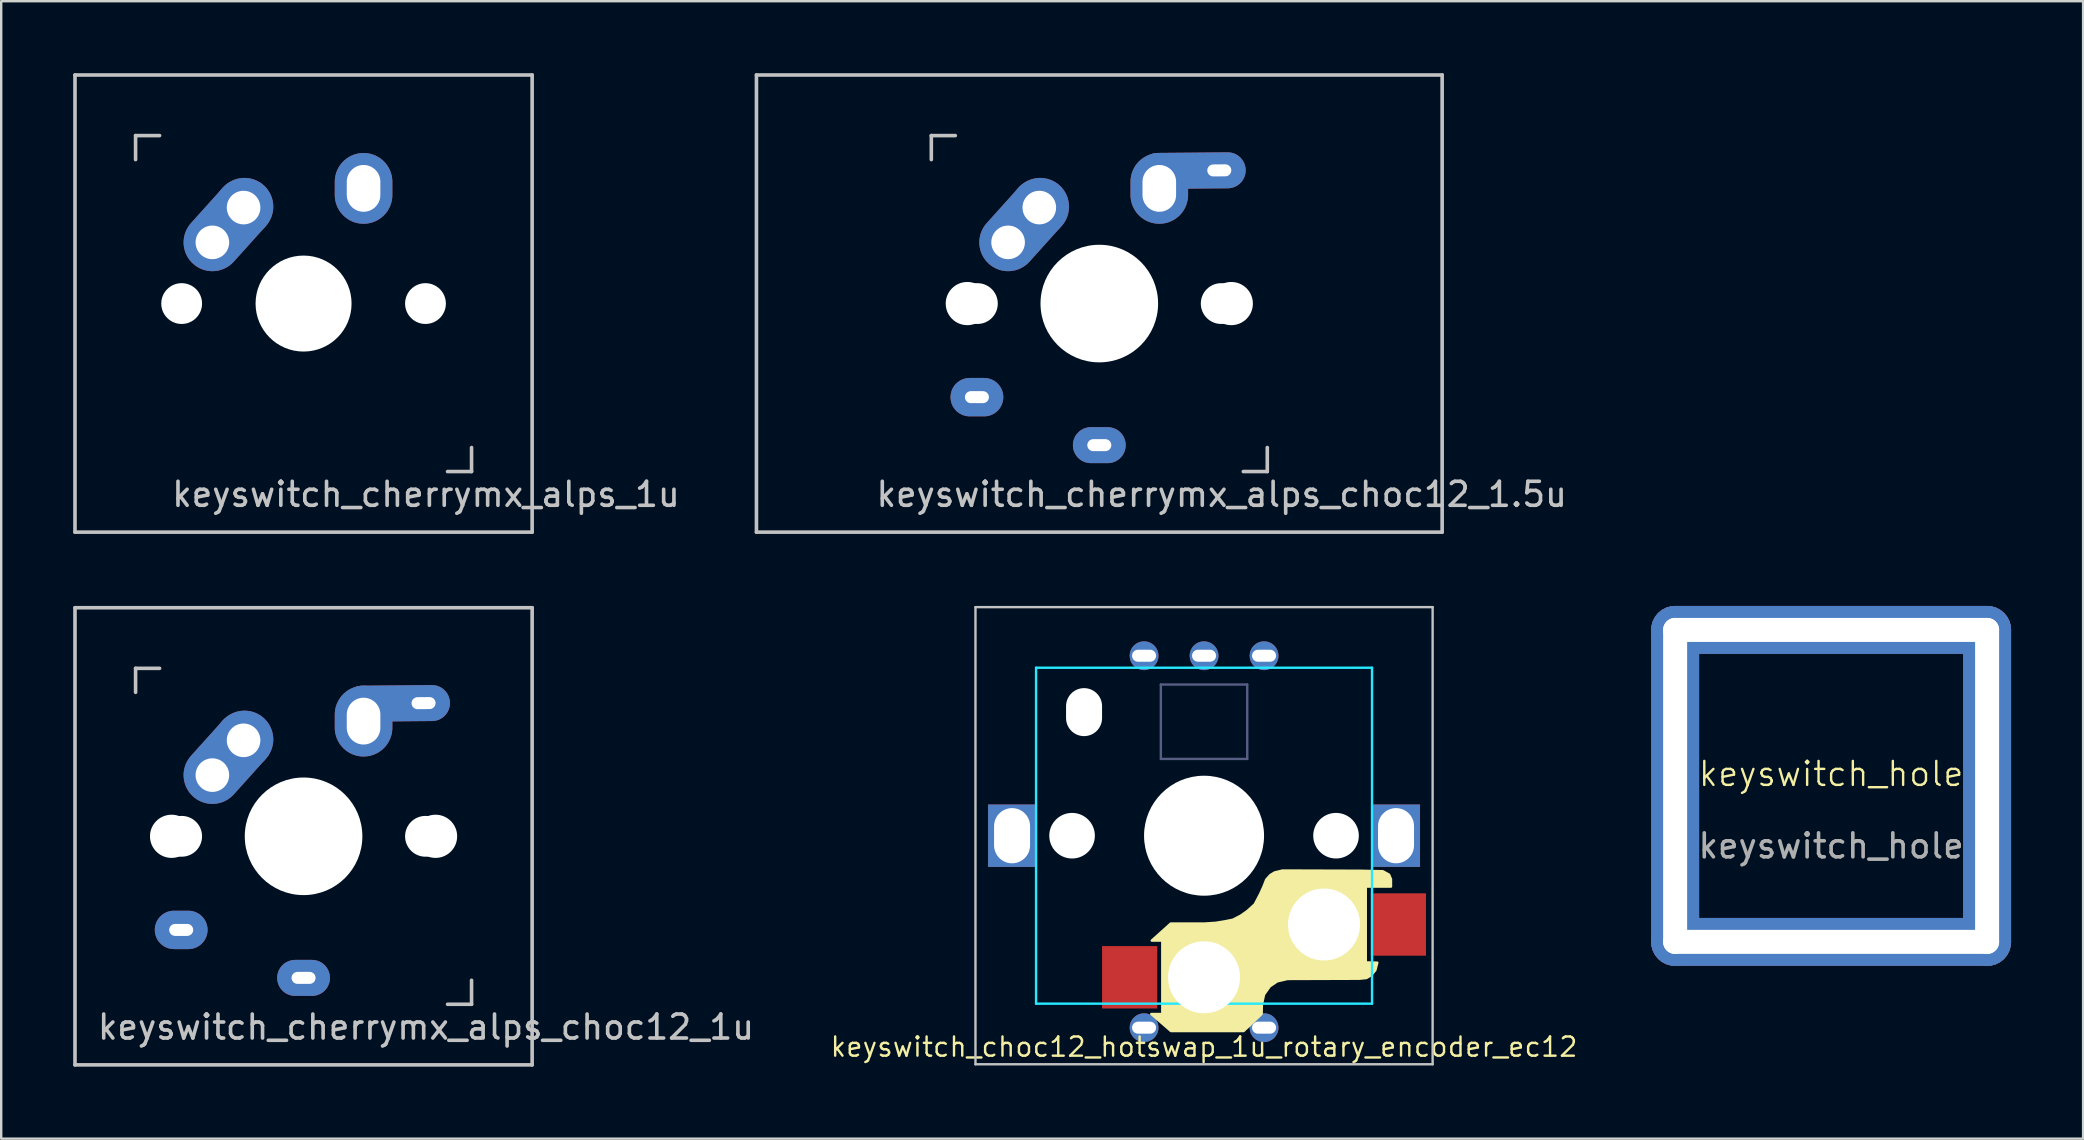
<source format=kicad_pcb>
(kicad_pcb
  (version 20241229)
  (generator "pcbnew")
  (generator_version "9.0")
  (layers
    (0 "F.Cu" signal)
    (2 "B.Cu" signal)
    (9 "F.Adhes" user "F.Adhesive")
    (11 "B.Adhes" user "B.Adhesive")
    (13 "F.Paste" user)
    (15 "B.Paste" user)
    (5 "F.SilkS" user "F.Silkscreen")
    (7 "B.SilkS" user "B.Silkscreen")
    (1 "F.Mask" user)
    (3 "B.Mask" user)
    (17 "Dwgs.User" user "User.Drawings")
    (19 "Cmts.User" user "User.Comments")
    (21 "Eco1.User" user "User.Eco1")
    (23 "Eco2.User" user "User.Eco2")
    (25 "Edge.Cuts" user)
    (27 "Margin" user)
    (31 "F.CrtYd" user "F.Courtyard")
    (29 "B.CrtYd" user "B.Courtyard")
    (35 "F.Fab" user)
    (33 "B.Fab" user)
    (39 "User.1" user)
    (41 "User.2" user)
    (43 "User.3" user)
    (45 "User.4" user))
  (footprint "keyswitch_cherrymx_alps_1u"
    (layer "F.Cu")
    (at 9.6 9.6)
    (property "Reference" "keyswitch_cherrymx_alps_1u" (at 5.1 7.95 180) (layer "Dwgs.User") (effects (font (size 1 1) (thickness 0.15))))
    (attr through_hole)
    (fp_line (start -9.525 -9.525) (end 9.525 -9.525) (stroke (width 0.15) (type solid)) (layer "Dwgs.User"))
    (fp_line (start -9.525 9.525) (end -9.525 -9.525) (stroke (width 0.15) (type solid)) (layer "Dwgs.User"))
    (fp_line (start -7 -7) (end -6 -7) (stroke (width 0.15) (type solid)) (layer "Dwgs.User"))
    (fp_line (start -7 -6) (end -7 -7) (stroke (width 0.15) (type solid)) (layer "Dwgs.User"))
    (fp_line (start 6 7) (end 7 7) (stroke (width 0.15) (type solid)) (layer "Dwgs.User"))
    (fp_line (start 7 7) (end 7 6) (stroke (width 0.15) (type solid)) (layer "Dwgs.User"))
    (fp_line (start 9.525 -9.525) (end 9.525 9.525) (stroke (width 0.15) (type solid)) (layer "Dwgs.User"))
    (fp_line (start 9.525 9.525) (end -9.525 9.525) (stroke (width 0.15) (type solid)) (layer "Dwgs.User"))
    (pad "" np_thru_hole circle (at -5.08 0) (size 1.7 1.7) (drill 1.7) (layers "*.Cu"))
    (pad "" np_thru_hole circle (at 0 0 90) (size 4 4) (drill 4) (layers "*.Cu"))
    (pad "" np_thru_hole circle (at 5.08 0) (size 1.7 1.7) (drill 1.7) (layers "*.Cu"))
    (pad "1" thru_hole oval (at -3.8 -2.55 318) (size 2.4 4.4) (drill 1.4 (offset 0 -1)) (layers "*.Cu" "B.Mask"))
    (pad "1" thru_hole circle (at -2.5 -4) (size 2.4 2.4) (drill 1.4) (layers "*.Cu" "B.Mask"))
    (pad "2" thru_hole oval (at 2.5 -4.8) (size 2.4 2.95) (drill oval 1.4 1.95) (layers "*.Cu" "B.Mask")))
  (footprint "keyswitch_cherrymx_alps_choc12_1.5u"
    (layer "F.Cu")
    (at 42.759 9.6)
    (property "Reference" "keyswitch_cherrymx_alps_choc12_1.5u" (at 5.1 7.95 180) (layer "Dwgs.User") (effects (font (size 1 1) (thickness 0.15))))
    (attr through_hole)
    (fp_line (start -14.287 -9.525) (end 14.287 -9.525) (stroke (width 0.15) (type solid)) (layer "Dwgs.User"))
    (fp_line (start -14.287 9.525) (end -14.287 -9.525) (stroke (width 0.15) (type solid)) (layer "Dwgs.User"))
    (fp_line (start -7 -7) (end -6 -7) (stroke (width 0.15) (type solid)) (layer "Dwgs.User"))
    (fp_line (start -7 -6) (end -7 -7) (stroke (width 0.15) (type solid)) (layer "Dwgs.User"))
    (fp_line (start 6 7) (end 7 7) (stroke (width 0.15) (type solid)) (layer "Dwgs.User"))
    (fp_line (start 7 7) (end 7 6) (stroke (width 0.15) (type solid)) (layer "Dwgs.User"))
    (fp_line (start 14.287 -9.525) (end 14.287 9.525) (stroke (width 0.15) (type solid)) (layer "Dwgs.User"))
    (fp_line (start 14.287 9.525) (end -14.287 9.525) (stroke (width 0.15) (type solid)) (layer "Dwgs.User"))
    (pad "" np_thru_hole circle (at -5.5 0 90) (size 1.8 1.8) (drill 1.8) (layers "*.Cu"))
    (pad "" np_thru_hole circle (at -5.08 0) (size 1.7 1.7) (drill 1.7) (layers "*.Cu"))
    (pad "" np_thru_hole circle (at 0 0 90) (size 4.9 4.9) (drill 4.9) (layers "*.Cu"))
    (pad "" np_thru_hole circle (at 5.08 0) (size 1.7 1.7) (drill 1.7) (layers "*.Cu"))
    (pad "" np_thru_hole circle (at 5.5 0 90) (size 1.8 1.8) (drill 1.8) (layers "*.Cu"))
    (pad "1" thru_hole oval (at -5.1 3.9) (size 2.2 1.6) (drill oval 1 0.5) (layers "*.Cu" "B.Mask"))
    (pad "1" thru_hole oval (at -3.8 -2.55 318) (size 2.4 4.4) (drill 1.4 (offset 0 -1)) (layers "*.Cu" "B.Mask"))
    (pad "1" thru_hole circle (at -2.5 -4) (size 2.4 2.4) (drill 1.4) (layers "*.Cu" "B.Mask"))
    (pad "2" thru_hole oval (at 0 5.9) (size 2.2 1.5) (drill oval 1 0.5) (layers "*.Cu" "B.Mask"))
    (pad "2" thru_hole oval (at 2.5 -4.8) (size 2.4 2.95) (drill oval 1.4 1.95) (layers "*.Cu" "B.Mask"))
    (pad "2" thru_hole oval (at 5 -5.55 0.5) (size 4.4 1.5) (drill oval 1 0.5 (offset -1.1 0)) (layers "*.Cu" "B.Mask")))
  (footprint "keyswitch_cherrymx_alps_choc12_1u"
    (layer "F.Cu")
    (at 9.6 31.8)
    (property "Reference" "keyswitch_cherrymx_alps_choc12_1u" (at 5.1 7.95 180) (layer "Dwgs.User") (effects (font (size 1 1) (thickness 0.15))))
    (attr through_hole)
    (fp_line (start -9.525 -9.525) (end 9.525 -9.525) (stroke (width 0.15) (type solid)) (layer "Dwgs.User"))
    (fp_line (start -9.525 9.525) (end -9.525 -9.525) (stroke (width 0.15) (type solid)) (layer "Dwgs.User"))
    (fp_line (start -7 -7) (end -6 -7) (stroke (width 0.15) (type solid)) (layer "Dwgs.User"))
    (fp_line (start -7 -6) (end -7 -7) (stroke (width 0.15) (type solid)) (layer "Dwgs.User"))
    (fp_line (start 6 7) (end 7 7) (stroke (width 0.15) (type solid)) (layer "Dwgs.User"))
    (fp_line (start 7 7) (end 7 6) (stroke (width 0.15) (type solid)) (layer "Dwgs.User"))
    (fp_line (start 9.525 -9.525) (end 9.525 9.525) (stroke (width 0.15) (type solid)) (layer "Dwgs.User"))
    (fp_line (start 9.525 9.525) (end -9.525 9.525) (stroke (width 0.15) (type solid)) (layer "Dwgs.User"))
    (pad "" np_thru_hole circle (at -5.5 0 90) (size 1.8 1.8) (drill 1.8) (layers "*.Cu"))
    (pad "" np_thru_hole circle (at -5.08 0) (size 1.7 1.7) (drill 1.7) (layers "*.Cu"))
    (pad "" np_thru_hole circle (at 0 0 90) (size 4.9 4.9) (drill 4.9) (layers "*.Cu"))
    (pad "" np_thru_hole circle (at 5.08 0) (size 1.7 1.7) (drill 1.7) (layers "*.Cu"))
    (pad "" np_thru_hole circle (at 5.5 0 90) (size 1.8 1.8) (drill 1.8) (layers "*.Cu"))
    (pad "1" thru_hole oval (at -5.1 3.9) (size 2.2 1.6) (drill oval 1 0.5) (layers "*.Cu" "B.Mask"))
    (pad "1" thru_hole oval (at -3.8 -2.55 318) (size 2.4 4.4) (drill 1.4 (offset 0 -1)) (layers "*.Cu" "B.Mask"))
    (pad "1" thru_hole circle (at -2.5 -4) (size 2.4 2.4) (drill 1.4) (layers "*.Cu" "B.Mask"))
    (pad "2" thru_hole oval (at 0 5.9) (size 2.2 1.5) (drill oval 1 0.5) (layers "*.Cu" "B.Mask"))
    (pad "2" thru_hole oval (at 2.5 -4.8) (size 2.4 2.95) (drill oval 1.4 1.95) (layers "*.Cu" "B.Mask"))
    (pad "2" thru_hole oval (at 5 -5.55 0.5) (size 4.4 1.5) (drill oval 1 0.5 (offset -1.1 0)) (layers "*.Cu" "B.Mask")))
  (footprint "keyswitch_hole"
    (layer "F.Cu")
    (at 73.255 29.7)
    (property "Reference" "keyswitch_hole" (at 0 -0.5 0) (unlocked yes) (layer "F.SilkS") (effects (font (size 1 1) (thickness 0.1))))
    (attr through_hole)
    (fp_text user "${REFERENCE}" (at 0 2.5 0) (unlocked yes) (layer "F.Fab") (effects (font (size 1 1) (thickness 0.15))))
    (pad "" np_thru_hole roundrect (at -6.5 0 90) (size 15 2) (drill oval 14 1) (layers "*.Cu" "*.Mask") (roundrect_rratio 0.5))
    (pad "" np_thru_hole roundrect (at 0 -6.5) (size 15 2) (drill oval 14 1) (layers "*.Cu" "*.Mask") (roundrect_rratio 0.5))
    (pad "" np_thru_hole roundrect (at 0 6.5) (size 15 2) (drill oval 14 1) (layers "*.Cu" "*.Mask") (roundrect_rratio 0.5))
    (pad "" np_thru_hole roundrect (at 6.5 0 90) (size 15 2) (drill oval 14 1) (layers "*.Cu" "*.Mask") (roundrect_rratio 0.5)))
  (footprint "keyswitch_choc12_hotswap_1u_rotary_encoder_ec12"
    (layer "F.Cu")
    (at 47.124 31.775)
    (property "Reference" "keyswitch_choc12_hotswap_1u_rotary_encoder_ec12" (at 0 8.8 0) (layer "F.SilkS") (effects (font (size 0.8 0.8) (thickness 0.1) (bold yes))))
    (attr smd)
    (fp_poly (pts (xy 1.8 3.14) (xy 2.11 2.86) (xy 2.34 2.42) (xy 2.48 2.11) (xy 2.59 1.83) (xy 2.76 1.64) (xy 2.94 1.53) (xy 3.27 1.45) (xy 6.52 1.46) (xy 7.45 1.48) (xy 7.71 1.622) (xy 7.79 1.81) (xy 7.79 2.12) (xy 6.74 2.12) (xy 6.74 5.28) (xy 7.22 5.29) (xy 7.14 5.6) (xy 6.98 5.8) (xy 6.77 5.93) (xy 6.48 5.96) (xy 3.48 5.97) (xy 3.05 6.07) (xy 2.74 6.28) (xy 2.5 6.62) (xy 2.41 7.04) (xy 2.4 7.43) (xy 1.65 8.14) (xy -1.38 8.14) (xy -2.2 7.43) (xy -1.74 7.43) (xy -1.74 4.37) (xy -2.18 4.37) (xy -1.39 3.66) (xy 0.02 3.66) (xy 0.48 3.63) (xy 0.85 3.57) (xy 1.2 3.5) (xy 1.53 3.33)) (stroke (width 0.1) (type solid)) (fill yes) (layer "F.SilkS"))
    (fp_line (start -9.525 -9.525) (end -9.525 9.525) (stroke (width 0.1) (type solid)) (layer "Dwgs.User"))
    (fp_line (start -9.525 9.525) (end 9.525 9.525) (stroke (width 0.1) (type solid)) (layer "Dwgs.User"))
    (fp_line (start 9.525 -9.525) (end -9.525 -9.525) (stroke (width 0.1) (type solid)) (layer "Dwgs.User"))
    (fp_line (start 9.525 9.525) (end 9.525 -9.525) (stroke (width 0.1) (type solid)) (layer "Dwgs.User"))
    (fp_line (start -7 -7) (end -7 7) (stroke (width 0.1) (type solid)) (layer "B.CrtYd"))
    (fp_line (start -7 7) (end 7 7) (stroke (width 0.1) (type solid)) (layer "B.CrtYd"))
    (fp_line (start 7 -7) (end -7 -7) (stroke (width 0.1) (type solid)) (layer "B.CrtYd"))
    (fp_line (start 7 7) (end 7 -7) (stroke (width 0.1) (type solid)) (layer "B.CrtYd"))
    (fp_line (start -1.8 -6.3) (end 1.8 -6.3) (stroke (width 0.1) (type default)) (layer "B.Fab"))
    (fp_line (start -1.8 -3.2) (end -1.8 -6.3) (stroke (width 0.1) (type default)) (layer "B.Fab"))
    (fp_line (start -1.8 -3.2) (end 1.8 -3.2) (stroke (width 0.1) (type default)) (layer "B.Fab"))
    (fp_line (start 1.8 -3.2) (end 1.8 -6.3) (stroke (width 0.1) (type default)) (layer "B.Fab"))
    (pad "" thru_hole rect (at -8 0 90) (size 2.6 2) (drill oval 2.3 1.5) (layers "*.Cu" "*.Mask"))
    (pad "" np_thru_hole circle (at -5.5 0 270) (size 1.9 1.9) (drill 1.9) (layers "*.Cu" "*.Mask"))
    (pad "" np_thru_hole oval (at -5 -5.15) (size 1.5 2) (drill oval 1.5 2) (layers "*.Cu" "*.Mask"))
    (pad "" np_thru_hole circle (at 0 0 270) (size 5 5) (drill 5) (layers "*.Cu" "*.Mask"))
    (pad "" np_thru_hole circle (at 0 5.9 270) (size 3 3) (drill 3) (layers "*.Cu" "*.Mask"))
    (pad "" np_thru_hole circle (at 5 3.7 270) (size 3 3) (drill 3) (layers "*.Cu" "*.Mask"))
    (pad "" np_thru_hole circle (at 5.5 0 270) (size 1.9 1.9) (drill 1.9) (layers "*.Cu" "*.Mask"))
    (pad "" thru_hole rect (at 8 0 90) (size 2.6 2) (drill oval 2.3 1.5) (layers "*.Cu" "*.Mask"))
    (pad "A" thru_hole circle (at -2.5 -7.5 180) (size 1.2 1.2) (drill oval 1 0.5) (layers "*.Cu" "F.Mask"))
    (pad "B" thru_hole circle (at 2.5 -7.5 180) (size 1.2 1.2) (drill oval 1 0.5) (layers "*.Cu" "F.Mask"))
    (pad "C" thru_hole circle (at 0 -7.5 180) (size 1.2 1.2) (drill oval 1 0.5) (layers "*.Cu" "F.Mask"))
    (pad "S1" thru_hole circle (at 2.5 8 180) (size 1.2 1.2) (drill oval 1 0.5) (layers "*.Cu" "F.Mask"))
    (pad "S1" smd rect (at 8.1 3.7 180) (size 2.3 2.6) (layers "F.Cu" "F.Mask" "F.Paste"))
    (pad "S2" smd rect (at -3.1 5.9 180) (size 2.3 2.6) (layers "F.Cu" "F.Mask" "F.Paste"))
    (pad "S2" thru_hole circle (at -2.5 8 180) (size 1.2 1.2) (drill oval 1 0.5) (layers "*.Cu" "F.Mask")))
  (gr_rect
    (start -3 -3)
    (end 83.755 44.4)
    (stroke (width 0.1) (type default))
    (fill no)
    (layer "Edge.Cuts")))
</source>
